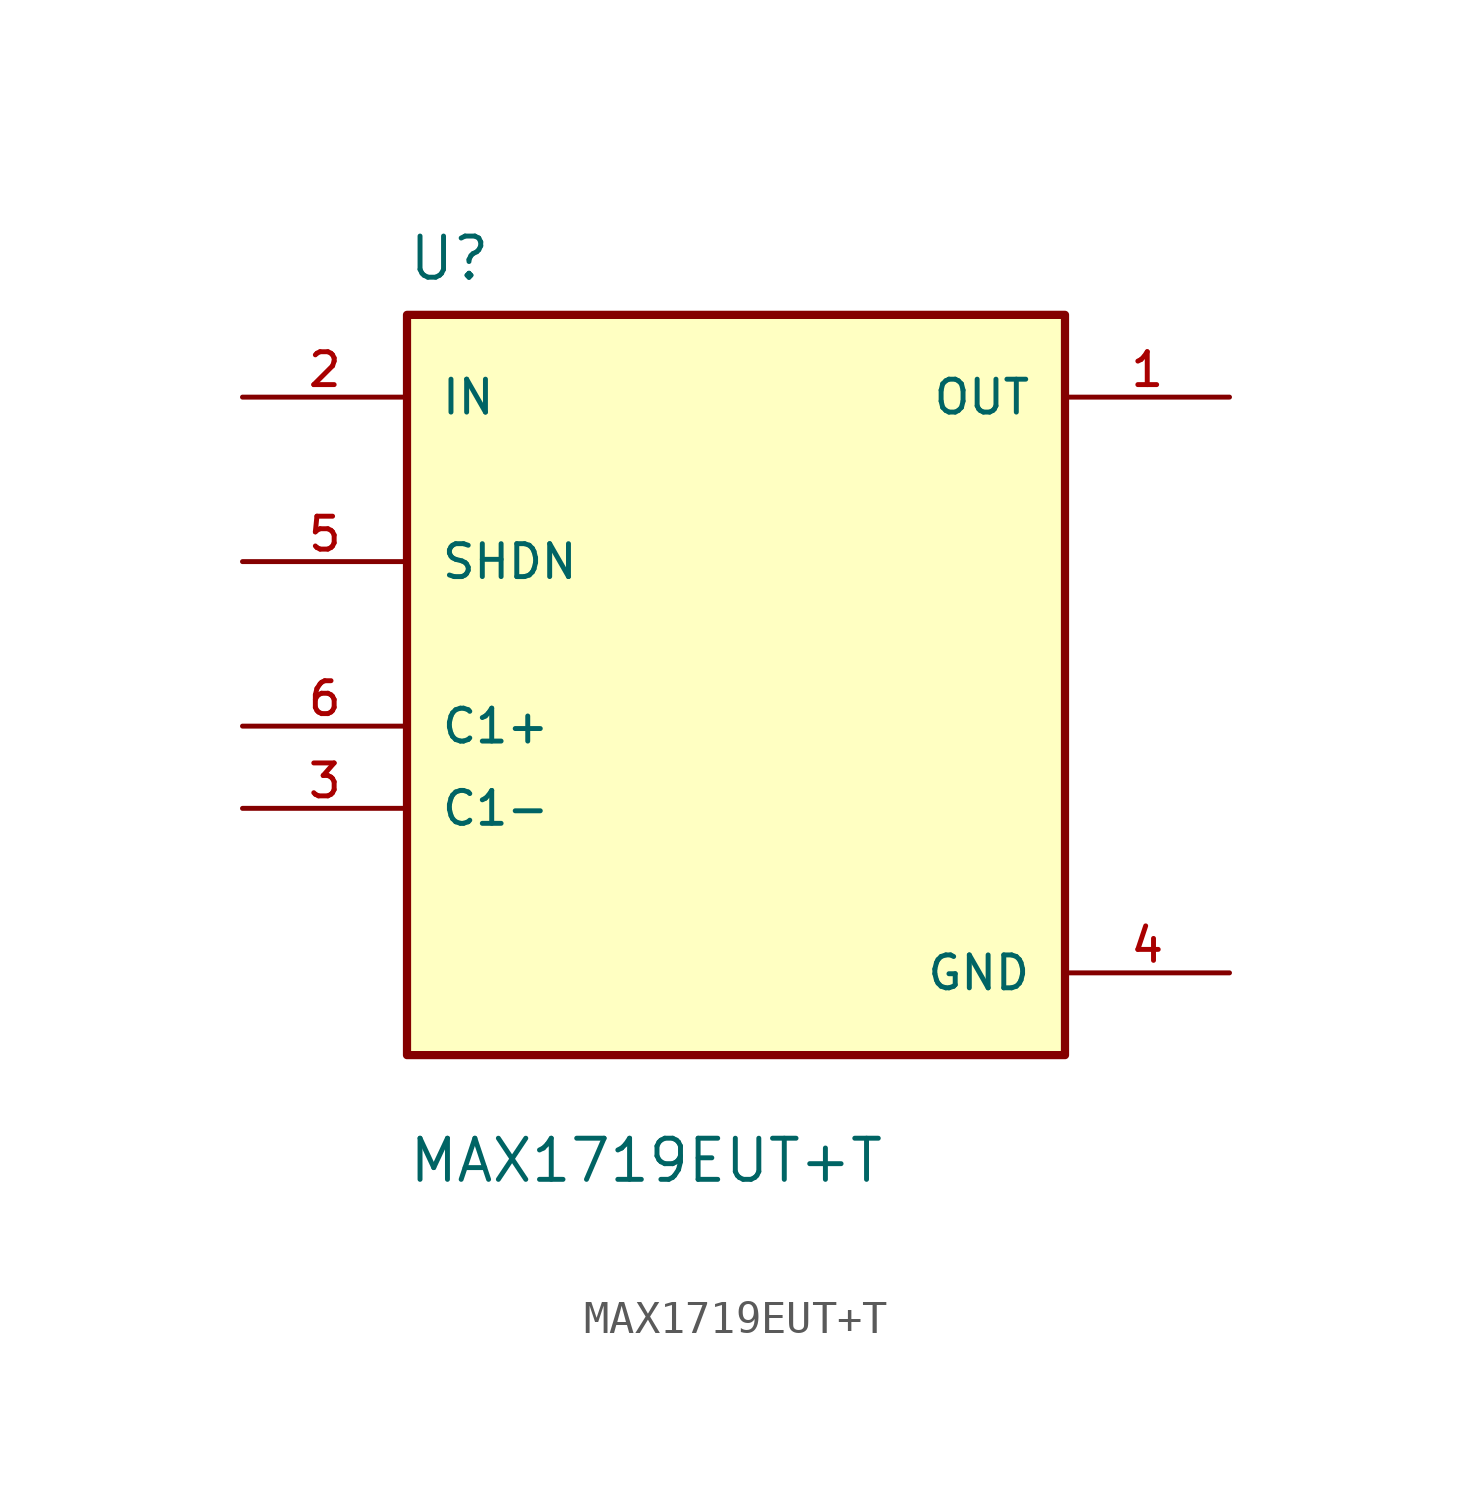
<source format=kicad_sym>
(kicad_symbol_lib
  (version 20211014)
  (generator kicad_symbol_editor)
  (symbol "MAX1719EUT+T"
    (pin_names
      (offset 1.016))
    (property "Reference" "U"
      (at -10.16 11.16 0.0)
      (effects (font (size 1.27 1.27)) (justify bottom left)))
    (property "Value" "MAX1719EUT+T"
      (at -10.16 -16.7 0.0)
      (effects (font (size 1.27 1.27)) (justify bottom left)))
    (symbol "MAX1719EUT+T_0_0"
      (rectangle (start -10.16 -12.7) (end 10.16 10.16) (stroke (width 0.254)) (fill (type background)))
      (pin input line (at -15.24 7.62 0) (length 5.08) (name "IN" (effects (font (size 1.016 1.016)))) (number "2" (effects (font (size 1.016 1.016)))))
      (pin input line (at -15.24 2.54 0) (length 5.08) (name "SHDN" (effects (font (size 1.016 1.016)))) (number "5" (effects (font (size 1.016 1.016)))))
      (pin passive line (at -15.24 -2.54 0) (length 5.08) (name "C1+" (effects (font (size 1.016 1.016)))) (number "6" (effects (font (size 1.016 1.016)))))
      (pin passive line (at -15.24 -5.08 0) (length 5.08) (name "C1-" (effects (font (size 1.016 1.016)))) (number "3" (effects (font (size 1.016 1.016)))))
      (pin output line (at 15.24 7.62 180.0) (length 5.08) (name "OUT" (effects (font (size 1.016 1.016)))) (number "1" (effects (font (size 1.016 1.016)))))
      (pin power_in line (at 15.24 -10.16 180.0) (length 5.08) (name "GND" (effects (font (size 1.016 1.016)))) (number "4" (effects (font (size 1.016 1.016))))))))
</source>
